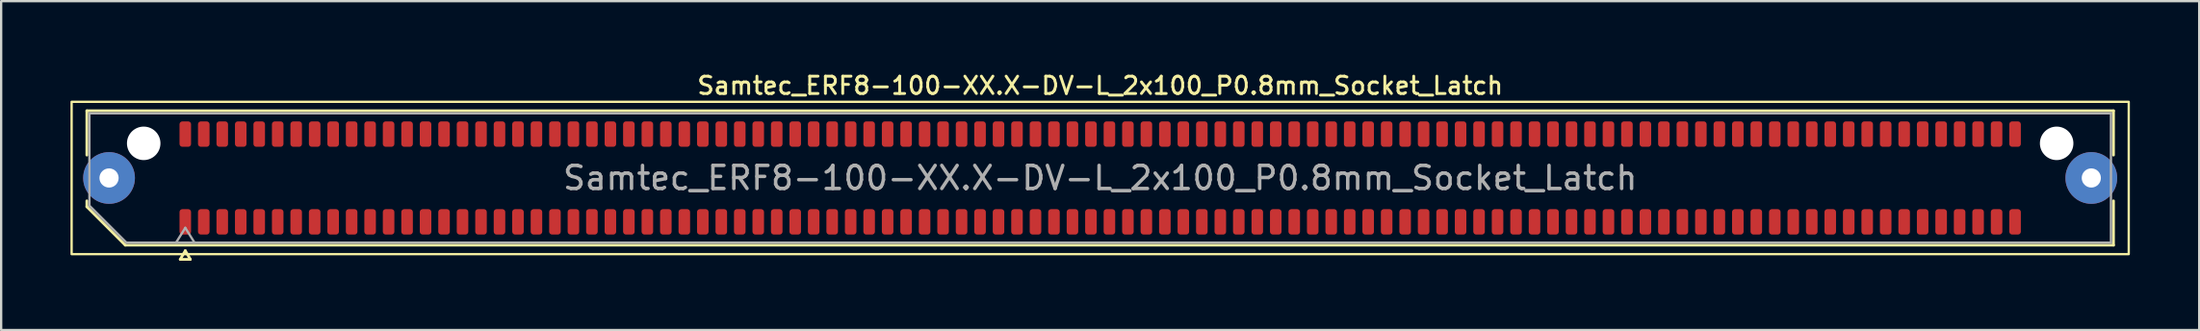
<source format=kicad_pcb>
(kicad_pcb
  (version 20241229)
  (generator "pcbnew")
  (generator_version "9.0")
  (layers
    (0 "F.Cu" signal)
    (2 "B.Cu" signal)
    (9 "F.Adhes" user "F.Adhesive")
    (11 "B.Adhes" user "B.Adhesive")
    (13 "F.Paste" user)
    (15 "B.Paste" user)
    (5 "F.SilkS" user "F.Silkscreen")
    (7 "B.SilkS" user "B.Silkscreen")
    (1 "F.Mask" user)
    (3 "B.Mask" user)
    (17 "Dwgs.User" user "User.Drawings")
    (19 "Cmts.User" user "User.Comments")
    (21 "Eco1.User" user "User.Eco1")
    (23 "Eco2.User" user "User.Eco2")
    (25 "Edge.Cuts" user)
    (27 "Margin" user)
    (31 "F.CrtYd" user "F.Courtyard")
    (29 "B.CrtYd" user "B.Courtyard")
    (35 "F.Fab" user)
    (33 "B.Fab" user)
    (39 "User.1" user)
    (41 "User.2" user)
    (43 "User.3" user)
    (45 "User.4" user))
  (footprint "Samtec_ERF8-100-XX.X-DV-L_2x100_P0.8mm_Socket_Latch"
    (layer "F.Cu")
    (at 44.57 4.658)
    (property "Reference" "Samtec_ERF8-100-XX.X-DV-L_2x100_P0.8mm_Socket_Latch" (at 0 -4 0) (layer "F.SilkS") (effects (font (size 0.75 0.75) (thickness 0.125))))
    (attr smd)
    (fp_line (start -43.86 -2.91) (end 43.86 -2.91) (stroke (width 0.12) (type solid)) (layer "F.SilkS"))
    (fp_line (start -43.86 -0.991) (end -43.86 -2.91) (stroke (width 0.12) (type solid)) (layer "F.SilkS"))
    (fp_line (start -43.86 1.246) (end -43.86 0.991) (stroke (width 0.12) (type solid)) (layer "F.SilkS"))
    (fp_line (start -42.196 2.91) (end -43.86 1.246) (stroke (width 0.12) (type solid)) (layer "F.SilkS"))
    (fp_line (start -39.817 3.525) (end -39.6 3.15) (stroke (width 0.12) (type solid)) (layer "F.SilkS"))
    (fp_line (start -39.6 3.15) (end -39.383 3.525) (stroke (width 0.12) (type solid)) (layer "F.SilkS"))
    (fp_line (start -39.383 3.525) (end -39.817 3.525) (stroke (width 0.12) (type solid)) (layer "F.SilkS"))
    (fp_line (start 43.86 -2.91) (end 43.86 -0.991) (stroke (width 0.12) (type solid)) (layer "F.SilkS"))
    (fp_line (start 43.86 0.991) (end 43.86 2.91) (stroke (width 0.12) (type solid)) (layer "F.SilkS"))
    (fp_line (start 43.86 2.91) (end -42.196 2.91) (stroke (width 0.12) (type solid)) (layer "F.SilkS"))
    (fp_rect (start -44.52 -3.3) (end 44.52 3.3) (stroke (width 0.1) (type solid)) (fill no) (layer "F.SilkS"))
    (fp_line (start -43.75 -2.8) (end 43.75 -2.8) (stroke (width 0.1) (type solid)) (layer "F.Fab"))
    (fp_line (start -43.75 1.2) (end -43.75 -2.8) (stroke (width 0.1) (type solid)) (layer "F.Fab"))
    (fp_line (start -42.15 2.8) (end -43.75 1.2) (stroke (width 0.1) (type solid)) (layer "F.Fab"))
    (fp_line (start -40 2.8) (end -39.6 2.16) (stroke (width 0.1) (type solid)) (layer "F.Fab"))
    (fp_line (start -39.6 2.16) (end -39.2 2.8) (stroke (width 0.1) (type solid)) (layer "F.Fab"))
    (fp_line (start 43.75 -2.8) (end 43.75 2.8) (stroke (width 0.1) (type solid)) (layer "F.Fab"))
    (fp_line (start 43.75 2.8) (end -42.15 2.8) (stroke (width 0.1) (type solid)) (layer "F.Fab"))
    (fp_text user "${REFERENCE}" (at 0 0 0) (layer "F.Fab") (effects (font (size 1 1) (thickness 0.15))))
    (pad "" thru_hole circle (at -42.9 0) (size 2.24 2.24) (drill 0.83) (layers "*.Cu" "*.Mask" "F.Paste"))
    (pad "" np_thru_hole circle (at -41.4 -1.5) (size 1.45 1.45) (drill 1.45) (layers "*.Cu" "*.Mask"))
    (pad "" np_thru_hole circle (at 41.4 -1.5) (size 1.45 1.45) (drill 1.45) (layers "*.Cu" "*.Mask"))
    (pad "" thru_hole circle (at 42.9 0) (size 2.24 2.24) (drill 0.83) (layers "*.Cu" "*.Mask" "F.Paste"))
    (pad "1" smd roundrect (at -39.6 1.9) (size 0.5 1.1) (layers "F.Cu" "F.Mask" "F.Paste") (roundrect_rratio 0.25))
    (pad "2" smd roundrect (at -39.6 -1.9) (size 0.5 1.1) (layers "F.Cu" "F.Mask" "F.Paste") (roundrect_rratio 0.25))
    (pad "3" smd roundrect (at -38.8 1.9) (size 0.5 1.1) (layers "F.Cu" "F.Mask" "F.Paste") (roundrect_rratio 0.25))
    (pad "4" smd roundrect (at -38.8 -1.9) (size 0.5 1.1) (layers "F.Cu" "F.Mask" "F.Paste") (roundrect_rratio 0.25))
    (pad "5" smd roundrect (at -38 1.9) (size 0.5 1.1) (layers "F.Cu" "F.Mask" "F.Paste") (roundrect_rratio 0.25))
    (pad "6" smd roundrect (at -38 -1.9) (size 0.5 1.1) (layers "F.Cu" "F.Mask" "F.Paste") (roundrect_rratio 0.25))
    (pad "7" smd roundrect (at -37.2 1.9) (size 0.5 1.1) (layers "F.Cu" "F.Mask" "F.Paste") (roundrect_rratio 0.25))
    (pad "8" smd roundrect (at -37.2 -1.9) (size 0.5 1.1) (layers "F.Cu" "F.Mask" "F.Paste") (roundrect_rratio 0.25))
    (pad "9" smd roundrect (at -36.4 1.9) (size 0.5 1.1) (layers "F.Cu" "F.Mask" "F.Paste") (roundrect_rratio 0.25))
    (pad "10" smd roundrect (at -36.4 -1.9) (size 0.5 1.1) (layers "F.Cu" "F.Mask" "F.Paste") (roundrect_rratio 0.25))
    (pad "11" smd roundrect (at -35.6 1.9) (size 0.5 1.1) (layers "F.Cu" "F.Mask" "F.Paste") (roundrect_rratio 0.25))
    (pad "12" smd roundrect (at -35.6 -1.9) (size 0.5 1.1) (layers "F.Cu" "F.Mask" "F.Paste") (roundrect_rratio 0.25))
    (pad "13" smd roundrect (at -34.8 1.9) (size 0.5 1.1) (layers "F.Cu" "F.Mask" "F.Paste") (roundrect_rratio 0.25))
    (pad "14" smd roundrect (at -34.8 -1.9) (size 0.5 1.1) (layers "F.Cu" "F.Mask" "F.Paste") (roundrect_rratio 0.25))
    (pad "15" smd roundrect (at -34 1.9) (size 0.5 1.1) (layers "F.Cu" "F.Mask" "F.Paste") (roundrect_rratio 0.25))
    (pad "16" smd roundrect (at -34 -1.9) (size 0.5 1.1) (layers "F.Cu" "F.Mask" "F.Paste") (roundrect_rratio 0.25))
    (pad "17" smd roundrect (at -33.2 1.9) (size 0.5 1.1) (layers "F.Cu" "F.Mask" "F.Paste") (roundrect_rratio 0.25))
    (pad "18" smd roundrect (at -33.2 -1.9) (size 0.5 1.1) (layers "F.Cu" "F.Mask" "F.Paste") (roundrect_rratio 0.25))
    (pad "19" smd roundrect (at -32.4 1.9) (size 0.5 1.1) (layers "F.Cu" "F.Mask" "F.Paste") (roundrect_rratio 0.25))
    (pad "20" smd roundrect (at -32.4 -1.9) (size 0.5 1.1) (layers "F.Cu" "F.Mask" "F.Paste") (roundrect_rratio 0.25))
    (pad "21" smd roundrect (at -31.6 1.9) (size 0.5 1.1) (layers "F.Cu" "F.Mask" "F.Paste") (roundrect_rratio 0.25))
    (pad "22" smd roundrect (at -31.6 -1.9) (size 0.5 1.1) (layers "F.Cu" "F.Mask" "F.Paste") (roundrect_rratio 0.25))
    (pad "23" smd roundrect (at -30.8 1.9) (size 0.5 1.1) (layers "F.Cu" "F.Mask" "F.Paste") (roundrect_rratio 0.25))
    (pad "24" smd roundrect (at -30.8 -1.9) (size 0.5 1.1) (layers "F.Cu" "F.Mask" "F.Paste") (roundrect_rratio 0.25))
    (pad "25" smd roundrect (at -30 1.9) (size 0.5 1.1) (layers "F.Cu" "F.Mask" "F.Paste") (roundrect_rratio 0.25))
    (pad "26" smd roundrect (at -30 -1.9) (size 0.5 1.1) (layers "F.Cu" "F.Mask" "F.Paste") (roundrect_rratio 0.25))
    (pad "27" smd roundrect (at -29.2 1.9) (size 0.5 1.1) (layers "F.Cu" "F.Mask" "F.Paste") (roundrect_rratio 0.25))
    (pad "28" smd roundrect (at -29.2 -1.9) (size 0.5 1.1) (layers "F.Cu" "F.Mask" "F.Paste") (roundrect_rratio 0.25))
    (pad "29" smd roundrect (at -28.4 1.9) (size 0.5 1.1) (layers "F.Cu" "F.Mask" "F.Paste") (roundrect_rratio 0.25))
    (pad "30" smd roundrect (at -28.4 -1.9) (size 0.5 1.1) (layers "F.Cu" "F.Mask" "F.Paste") (roundrect_rratio 0.25))
    (pad "31" smd roundrect (at -27.6 1.9) (size 0.5 1.1) (layers "F.Cu" "F.Mask" "F.Paste") (roundrect_rratio 0.25))
    (pad "32" smd roundrect (at -27.6 -1.9) (size 0.5 1.1) (layers "F.Cu" "F.Mask" "F.Paste") (roundrect_rratio 0.25))
    (pad "33" smd roundrect (at -26.8 1.9) (size 0.5 1.1) (layers "F.Cu" "F.Mask" "F.Paste") (roundrect_rratio 0.25))
    (pad "34" smd roundrect (at -26.8 -1.9) (size 0.5 1.1) (layers "F.Cu" "F.Mask" "F.Paste") (roundrect_rratio 0.25))
    (pad "35" smd roundrect (at -26 1.9) (size 0.5 1.1) (layers "F.Cu" "F.Mask" "F.Paste") (roundrect_rratio 0.25))
    (pad "36" smd roundrect (at -26 -1.9) (size 0.5 1.1) (layers "F.Cu" "F.Mask" "F.Paste") (roundrect_rratio 0.25))
    (pad "37" smd roundrect (at -25.2 1.9) (size 0.5 1.1) (layers "F.Cu" "F.Mask" "F.Paste") (roundrect_rratio 0.25))
    (pad "38" smd roundrect (at -25.2 -1.9) (size 0.5 1.1) (layers "F.Cu" "F.Mask" "F.Paste") (roundrect_rratio 0.25))
    (pad "39" smd roundrect (at -24.4 1.9) (size 0.5 1.1) (layers "F.Cu" "F.Mask" "F.Paste") (roundrect_rratio 0.25))
    (pad "40" smd roundrect (at -24.4 -1.9) (size 0.5 1.1) (layers "F.Cu" "F.Mask" "F.Paste") (roundrect_rratio 0.25))
    (pad "41" smd roundrect (at -23.6 1.9) (size 0.5 1.1) (layers "F.Cu" "F.Mask" "F.Paste") (roundrect_rratio 0.25))
    (pad "42" smd roundrect (at -23.6 -1.9) (size 0.5 1.1) (layers "F.Cu" "F.Mask" "F.Paste") (roundrect_rratio 0.25))
    (pad "43" smd roundrect (at -22.8 1.9) (size 0.5 1.1) (layers "F.Cu" "F.Mask" "F.Paste") (roundrect_rratio 0.25))
    (pad "44" smd roundrect (at -22.8 -1.9) (size 0.5 1.1) (layers "F.Cu" "F.Mask" "F.Paste") (roundrect_rratio 0.25))
    (pad "45" smd roundrect (at -22 1.9) (size 0.5 1.1) (layers "F.Cu" "F.Mask" "F.Paste") (roundrect_rratio 0.25))
    (pad "46" smd roundrect (at -22 -1.9) (size 0.5 1.1) (layers "F.Cu" "F.Mask" "F.Paste") (roundrect_rratio 0.25))
    (pad "47" smd roundrect (at -21.2 1.9) (size 0.5 1.1) (layers "F.Cu" "F.Mask" "F.Paste") (roundrect_rratio 0.25))
    (pad "48" smd roundrect (at -21.2 -1.9) (size 0.5 1.1) (layers "F.Cu" "F.Mask" "F.Paste") (roundrect_rratio 0.25))
    (pad "49" smd roundrect (at -20.4 1.9) (size 0.5 1.1) (layers "F.Cu" "F.Mask" "F.Paste") (roundrect_rratio 0.25))
    (pad "50" smd roundrect (at -20.4 -1.9) (size 0.5 1.1) (layers "F.Cu" "F.Mask" "F.Paste") (roundrect_rratio 0.25))
    (pad "51" smd roundrect (at -19.6 1.9) (size 0.5 1.1) (layers "F.Cu" "F.Mask" "F.Paste") (roundrect_rratio 0.25))
    (pad "52" smd roundrect (at -19.6 -1.9) (size 0.5 1.1) (layers "F.Cu" "F.Mask" "F.Paste") (roundrect_rratio 0.25))
    (pad "53" smd roundrect (at -18.8 1.9) (size 0.5 1.1) (layers "F.Cu" "F.Mask" "F.Paste") (roundrect_rratio 0.25))
    (pad "54" smd roundrect (at -18.8 -1.9) (size 0.5 1.1) (layers "F.Cu" "F.Mask" "F.Paste") (roundrect_rratio 0.25))
    (pad "55" smd roundrect (at -18 1.9) (size 0.5 1.1) (layers "F.Cu" "F.Mask" "F.Paste") (roundrect_rratio 0.25))
    (pad "56" smd roundrect (at -18 -1.9) (size 0.5 1.1) (layers "F.Cu" "F.Mask" "F.Paste") (roundrect_rratio 0.25))
    (pad "57" smd roundrect (at -17.2 1.9) (size 0.5 1.1) (layers "F.Cu" "F.Mask" "F.Paste") (roundrect_rratio 0.25))
    (pad "58" smd roundrect (at -17.2 -1.9) (size 0.5 1.1) (layers "F.Cu" "F.Mask" "F.Paste") (roundrect_rratio 0.25))
    (pad "59" smd roundrect (at -16.4 1.9) (size 0.5 1.1) (layers "F.Cu" "F.Mask" "F.Paste") (roundrect_rratio 0.25))
    (pad "60" smd roundrect (at -16.4 -1.9) (size 0.5 1.1) (layers "F.Cu" "F.Mask" "F.Paste") (roundrect_rratio 0.25))
    (pad "61" smd roundrect (at -15.6 1.9) (size 0.5 1.1) (layers "F.Cu" "F.Mask" "F.Paste") (roundrect_rratio 0.25))
    (pad "62" smd roundrect (at -15.6 -1.9) (size 0.5 1.1) (layers "F.Cu" "F.Mask" "F.Paste") (roundrect_rratio 0.25))
    (pad "63" smd roundrect (at -14.8 1.9) (size 0.5 1.1) (layers "F.Cu" "F.Mask" "F.Paste") (roundrect_rratio 0.25))
    (pad "64" smd roundrect (at -14.8 -1.9) (size 0.5 1.1) (layers "F.Cu" "F.Mask" "F.Paste") (roundrect_rratio 0.25))
    (pad "65" smd roundrect (at -14 1.9) (size 0.5 1.1) (layers "F.Cu" "F.Mask" "F.Paste") (roundrect_rratio 0.25))
    (pad "66" smd roundrect (at -14 -1.9) (size 0.5 1.1) (layers "F.Cu" "F.Mask" "F.Paste") (roundrect_rratio 0.25))
    (pad "67" smd roundrect (at -13.2 1.9) (size 0.5 1.1) (layers "F.Cu" "F.Mask" "F.Paste") (roundrect_rratio 0.25))
    (pad "68" smd roundrect (at -13.2 -1.9) (size 0.5 1.1) (layers "F.Cu" "F.Mask" "F.Paste") (roundrect_rratio 0.25))
    (pad "69" smd roundrect (at -12.4 1.9) (size 0.5 1.1) (layers "F.Cu" "F.Mask" "F.Paste") (roundrect_rratio 0.25))
    (pad "70" smd roundrect (at -12.4 -1.9) (size 0.5 1.1) (layers "F.Cu" "F.Mask" "F.Paste") (roundrect_rratio 0.25))
    (pad "71" smd roundrect (at -11.6 1.9) (size 0.5 1.1) (layers "F.Cu" "F.Mask" "F.Paste") (roundrect_rratio 0.25))
    (pad "72" smd roundrect (at -11.6 -1.9) (size 0.5 1.1) (layers "F.Cu" "F.Mask" "F.Paste") (roundrect_rratio 0.25))
    (pad "73" smd roundrect (at -10.8 1.9) (size 0.5 1.1) (layers "F.Cu" "F.Mask" "F.Paste") (roundrect_rratio 0.25))
    (pad "74" smd roundrect (at -10.8 -1.9) (size 0.5 1.1) (layers "F.Cu" "F.Mask" "F.Paste") (roundrect_rratio 0.25))
    (pad "75" smd roundrect (at -10 1.9) (size 0.5 1.1) (layers "F.Cu" "F.Mask" "F.Paste") (roundrect_rratio 0.25))
    (pad "76" smd roundrect (at -10 -1.9) (size 0.5 1.1) (layers "F.Cu" "F.Mask" "F.Paste") (roundrect_rratio 0.25))
    (pad "77" smd roundrect (at -9.2 1.9) (size 0.5 1.1) (layers "F.Cu" "F.Mask" "F.Paste") (roundrect_rratio 0.25))
    (pad "78" smd roundrect (at -9.2 -1.9) (size 0.5 1.1) (layers "F.Cu" "F.Mask" "F.Paste") (roundrect_rratio 0.25))
    (pad "79" smd roundrect (at -8.4 1.9) (size 0.5 1.1) (layers "F.Cu" "F.Mask" "F.Paste") (roundrect_rratio 0.25))
    (pad "80" smd roundrect (at -8.4 -1.9) (size 0.5 1.1) (layers "F.Cu" "F.Mask" "F.Paste") (roundrect_rratio 0.25))
    (pad "81" smd roundrect (at -7.6 1.9) (size 0.5 1.1) (layers "F.Cu" "F.Mask" "F.Paste") (roundrect_rratio 0.25))
    (pad "82" smd roundrect (at -7.6 -1.9) (size 0.5 1.1) (layers "F.Cu" "F.Mask" "F.Paste") (roundrect_rratio 0.25))
    (pad "83" smd roundrect (at -6.8 1.9) (size 0.5 1.1) (layers "F.Cu" "F.Mask" "F.Paste") (roundrect_rratio 0.25))
    (pad "84" smd roundrect (at -6.8 -1.9) (size 0.5 1.1) (layers "F.Cu" "F.Mask" "F.Paste") (roundrect_rratio 0.25))
    (pad "85" smd roundrect (at -6 1.9) (size 0.5 1.1) (layers "F.Cu" "F.Mask" "F.Paste") (roundrect_rratio 0.25))
    (pad "86" smd roundrect (at -6 -1.9) (size 0.5 1.1) (layers "F.Cu" "F.Mask" "F.Paste") (roundrect_rratio 0.25))
    (pad "87" smd roundrect (at -5.2 1.9) (size 0.5 1.1) (layers "F.Cu" "F.Mask" "F.Paste") (roundrect_rratio 0.25))
    (pad "88" smd roundrect (at -5.2 -1.9) (size 0.5 1.1) (layers "F.Cu" "F.Mask" "F.Paste") (roundrect_rratio 0.25))
    (pad "89" smd roundrect (at -4.4 1.9) (size 0.5 1.1) (layers "F.Cu" "F.Mask" "F.Paste") (roundrect_rratio 0.25))
    (pad "90" smd roundrect (at -4.4 -1.9) (size 0.5 1.1) (layers "F.Cu" "F.Mask" "F.Paste") (roundrect_rratio 0.25))
    (pad "91" smd roundrect (at -3.6 1.9) (size 0.5 1.1) (layers "F.Cu" "F.Mask" "F.Paste") (roundrect_rratio 0.25))
    (pad "92" smd roundrect (at -3.6 -1.9) (size 0.5 1.1) (layers "F.Cu" "F.Mask" "F.Paste") (roundrect_rratio 0.25))
    (pad "93" smd roundrect (at -2.8 1.9) (size 0.5 1.1) (layers "F.Cu" "F.Mask" "F.Paste") (roundrect_rratio 0.25))
    (pad "94" smd roundrect (at -2.8 -1.9) (size 0.5 1.1) (layers "F.Cu" "F.Mask" "F.Paste") (roundrect_rratio 0.25))
    (pad "95" smd roundrect (at -2 1.9) (size 0.5 1.1) (layers "F.Cu" "F.Mask" "F.Paste") (roundrect_rratio 0.25))
    (pad "96" smd roundrect (at -2 -1.9) (size 0.5 1.1) (layers "F.Cu" "F.Mask" "F.Paste") (roundrect_rratio 0.25))
    (pad "97" smd roundrect (at -1.2 1.9) (size 0.5 1.1) (layers "F.Cu" "F.Mask" "F.Paste") (roundrect_rratio 0.25))
    (pad "98" smd roundrect (at -1.2 -1.9) (size 0.5 1.1) (layers "F.Cu" "F.Mask" "F.Paste") (roundrect_rratio 0.25))
    (pad "99" smd roundrect (at -0.4 1.9) (size 0.5 1.1) (layers "F.Cu" "F.Mask" "F.Paste") (roundrect_rratio 0.25))
    (pad "100" smd roundrect (at -0.4 -1.9) (size 0.5 1.1) (layers "F.Cu" "F.Mask" "F.Paste") (roundrect_rratio 0.25))
    (pad "101" smd roundrect (at 0.4 1.9) (size 0.5 1.1) (layers "F.Cu" "F.Mask" "F.Paste") (roundrect_rratio 0.25))
    (pad "102" smd roundrect (at 0.4 -1.9) (size 0.5 1.1) (layers "F.Cu" "F.Mask" "F.Paste") (roundrect_rratio 0.25))
    (pad "103" smd roundrect (at 1.2 1.9) (size 0.5 1.1) (layers "F.Cu" "F.Mask" "F.Paste") (roundrect_rratio 0.25))
    (pad "104" smd roundrect (at 1.2 -1.9) (size 0.5 1.1) (layers "F.Cu" "F.Mask" "F.Paste") (roundrect_rratio 0.25))
    (pad "105" smd roundrect (at 2 1.9) (size 0.5 1.1) (layers "F.Cu" "F.Mask" "F.Paste") (roundrect_rratio 0.25))
    (pad "106" smd roundrect (at 2 -1.9) (size 0.5 1.1) (layers "F.Cu" "F.Mask" "F.Paste") (roundrect_rratio 0.25))
    (pad "107" smd roundrect (at 2.8 1.9) (size 0.5 1.1) (layers "F.Cu" "F.Mask" "F.Paste") (roundrect_rratio 0.25))
    (pad "108" smd roundrect (at 2.8 -1.9) (size 0.5 1.1) (layers "F.Cu" "F.Mask" "F.Paste") (roundrect_rratio 0.25))
    (pad "109" smd roundrect (at 3.6 1.9) (size 0.5 1.1) (layers "F.Cu" "F.Mask" "F.Paste") (roundrect_rratio 0.25))
    (pad "110" smd roundrect (at 3.6 -1.9) (size 0.5 1.1) (layers "F.Cu" "F.Mask" "F.Paste") (roundrect_rratio 0.25))
    (pad "111" smd roundrect (at 4.4 1.9) (size 0.5 1.1) (layers "F.Cu" "F.Mask" "F.Paste") (roundrect_rratio 0.25))
    (pad "112" smd roundrect (at 4.4 -1.9) (size 0.5 1.1) (layers "F.Cu" "F.Mask" "F.Paste") (roundrect_rratio 0.25))
    (pad "113" smd roundrect (at 5.2 1.9) (size 0.5 1.1) (layers "F.Cu" "F.Mask" "F.Paste") (roundrect_rratio 0.25))
    (pad "114" smd roundrect (at 5.2 -1.9) (size 0.5 1.1) (layers "F.Cu" "F.Mask" "F.Paste") (roundrect_rratio 0.25))
    (pad "115" smd roundrect (at 6 1.9) (size 0.5 1.1) (layers "F.Cu" "F.Mask" "F.Paste") (roundrect_rratio 0.25))
    (pad "116" smd roundrect (at 6 -1.9) (size 0.5 1.1) (layers "F.Cu" "F.Mask" "F.Paste") (roundrect_rratio 0.25))
    (pad "117" smd roundrect (at 6.8 1.9) (size 0.5 1.1) (layers "F.Cu" "F.Mask" "F.Paste") (roundrect_rratio 0.25))
    (pad "118" smd roundrect (at 6.8 -1.9) (size 0.5 1.1) (layers "F.Cu" "F.Mask" "F.Paste") (roundrect_rratio 0.25))
    (pad "119" smd roundrect (at 7.6 1.9) (size 0.5 1.1) (layers "F.Cu" "F.Mask" "F.Paste") (roundrect_rratio 0.25))
    (pad "120" smd roundrect (at 7.6 -1.9) (size 0.5 1.1) (layers "F.Cu" "F.Mask" "F.Paste") (roundrect_rratio 0.25))
    (pad "121" smd roundrect (at 8.4 1.9) (size 0.5 1.1) (layers "F.Cu" "F.Mask" "F.Paste") (roundrect_rratio 0.25))
    (pad "122" smd roundrect (at 8.4 -1.9) (size 0.5 1.1) (layers "F.Cu" "F.Mask" "F.Paste") (roundrect_rratio 0.25))
    (pad "123" smd roundrect (at 9.2 1.9) (size 0.5 1.1) (layers "F.Cu" "F.Mask" "F.Paste") (roundrect_rratio 0.25))
    (pad "124" smd roundrect (at 9.2 -1.9) (size 0.5 1.1) (layers "F.Cu" "F.Mask" "F.Paste") (roundrect_rratio 0.25))
    (pad "125" smd roundrect (at 10 1.9) (size 0.5 1.1) (layers "F.Cu" "F.Mask" "F.Paste") (roundrect_rratio 0.25))
    (pad "126" smd roundrect (at 10 -1.9) (size 0.5 1.1) (layers "F.Cu" "F.Mask" "F.Paste") (roundrect_rratio 0.25))
    (pad "127" smd roundrect (at 10.8 1.9) (size 0.5 1.1) (layers "F.Cu" "F.Mask" "F.Paste") (roundrect_rratio 0.25))
    (pad "128" smd roundrect (at 10.8 -1.9) (size 0.5 1.1) (layers "F.Cu" "F.Mask" "F.Paste") (roundrect_rratio 0.25))
    (pad "129" smd roundrect (at 11.6 1.9) (size 0.5 1.1) (layers "F.Cu" "F.Mask" "F.Paste") (roundrect_rratio 0.25))
    (pad "130" smd roundrect (at 11.6 -1.9) (size 0.5 1.1) (layers "F.Cu" "F.Mask" "F.Paste") (roundrect_rratio 0.25))
    (pad "131" smd roundrect (at 12.4 1.9) (size 0.5 1.1) (layers "F.Cu" "F.Mask" "F.Paste") (roundrect_rratio 0.25))
    (pad "132" smd roundrect (at 12.4 -1.9) (size 0.5 1.1) (layers "F.Cu" "F.Mask" "F.Paste") (roundrect_rratio 0.25))
    (pad "133" smd roundrect (at 13.2 1.9) (size 0.5 1.1) (layers "F.Cu" "F.Mask" "F.Paste") (roundrect_rratio 0.25))
    (pad "134" smd roundrect (at 13.2 -1.9) (size 0.5 1.1) (layers "F.Cu" "F.Mask" "F.Paste") (roundrect_rratio 0.25))
    (pad "135" smd roundrect (at 14 1.9) (size 0.5 1.1) (layers "F.Cu" "F.Mask" "F.Paste") (roundrect_rratio 0.25))
    (pad "136" smd roundrect (at 14 -1.9) (size 0.5 1.1) (layers "F.Cu" "F.Mask" "F.Paste") (roundrect_rratio 0.25))
    (pad "137" smd roundrect (at 14.8 1.9) (size 0.5 1.1) (layers "F.Cu" "F.Mask" "F.Paste") (roundrect_rratio 0.25))
    (pad "138" smd roundrect (at 14.8 -1.9) (size 0.5 1.1) (layers "F.Cu" "F.Mask" "F.Paste") (roundrect_rratio 0.25))
    (pad "139" smd roundrect (at 15.6 1.9) (size 0.5 1.1) (layers "F.Cu" "F.Mask" "F.Paste") (roundrect_rratio 0.25))
    (pad "140" smd roundrect (at 15.6 -1.9) (size 0.5 1.1) (layers "F.Cu" "F.Mask" "F.Paste") (roundrect_rratio 0.25))
    (pad "141" smd roundrect (at 16.4 1.9) (size 0.5 1.1) (layers "F.Cu" "F.Mask" "F.Paste") (roundrect_rratio 0.25))
    (pad "142" smd roundrect (at 16.4 -1.9) (size 0.5 1.1) (layers "F.Cu" "F.Mask" "F.Paste") (roundrect_rratio 0.25))
    (pad "143" smd roundrect (at 17.2 1.9) (size 0.5 1.1) (layers "F.Cu" "F.Mask" "F.Paste") (roundrect_rratio 0.25))
    (pad "144" smd roundrect (at 17.2 -1.9) (size 0.5 1.1) (layers "F.Cu" "F.Mask" "F.Paste") (roundrect_rratio 0.25))
    (pad "145" smd roundrect (at 18 1.9) (size 0.5 1.1) (layers "F.Cu" "F.Mask" "F.Paste") (roundrect_rratio 0.25))
    (pad "146" smd roundrect (at 18 -1.9) (size 0.5 1.1) (layers "F.Cu" "F.Mask" "F.Paste") (roundrect_rratio 0.25))
    (pad "147" smd roundrect (at 18.8 1.9) (size 0.5 1.1) (layers "F.Cu" "F.Mask" "F.Paste") (roundrect_rratio 0.25))
    (pad "148" smd roundrect (at 18.8 -1.9) (size 0.5 1.1) (layers "F.Cu" "F.Mask" "F.Paste") (roundrect_rratio 0.25))
    (pad "149" smd roundrect (at 19.6 1.9) (size 0.5 1.1) (layers "F.Cu" "F.Mask" "F.Paste") (roundrect_rratio 0.25))
    (pad "150" smd roundrect (at 19.6 -1.9) (size 0.5 1.1) (layers "F.Cu" "F.Mask" "F.Paste") (roundrect_rratio 0.25))
    (pad "151" smd roundrect (at 20.4 1.9) (size 0.5 1.1) (layers "F.Cu" "F.Mask" "F.Paste") (roundrect_rratio 0.25))
    (pad "152" smd roundrect (at 20.4 -1.9) (size 0.5 1.1) (layers "F.Cu" "F.Mask" "F.Paste") (roundrect_rratio 0.25))
    (pad "153" smd roundrect (at 21.2 1.9) (size 0.5 1.1) (layers "F.Cu" "F.Mask" "F.Paste") (roundrect_rratio 0.25))
    (pad "154" smd roundrect (at 21.2 -1.9) (size 0.5 1.1) (layers "F.Cu" "F.Mask" "F.Paste") (roundrect_rratio 0.25))
    (pad "155" smd roundrect (at 22 1.9) (size 0.5 1.1) (layers "F.Cu" "F.Mask" "F.Paste") (roundrect_rratio 0.25))
    (pad "156" smd roundrect (at 22 -1.9) (size 0.5 1.1) (layers "F.Cu" "F.Mask" "F.Paste") (roundrect_rratio 0.25))
    (pad "157" smd roundrect (at 22.8 1.9) (size 0.5 1.1) (layers "F.Cu" "F.Mask" "F.Paste") (roundrect_rratio 0.25))
    (pad "158" smd roundrect (at 22.8 -1.9) (size 0.5 1.1) (layers "F.Cu" "F.Mask" "F.Paste") (roundrect_rratio 0.25))
    (pad "159" smd roundrect (at 23.6 1.9) (size 0.5 1.1) (layers "F.Cu" "F.Mask" "F.Paste") (roundrect_rratio 0.25))
    (pad "160" smd roundrect (at 23.6 -1.9) (size 0.5 1.1) (layers "F.Cu" "F.Mask" "F.Paste") (roundrect_rratio 0.25))
    (pad "161" smd roundrect (at 24.4 1.9) (size 0.5 1.1) (layers "F.Cu" "F.Mask" "F.Paste") (roundrect_rratio 0.25))
    (pad "162" smd roundrect (at 24.4 -1.9) (size 0.5 1.1) (layers "F.Cu" "F.Mask" "F.Paste") (roundrect_rratio 0.25))
    (pad "163" smd roundrect (at 25.2 1.9) (size 0.5 1.1) (layers "F.Cu" "F.Mask" "F.Paste") (roundrect_rratio 0.25))
    (pad "164" smd roundrect (at 25.2 -1.9) (size 0.5 1.1) (layers "F.Cu" "F.Mask" "F.Paste") (roundrect_rratio 0.25))
    (pad "165" smd roundrect (at 26 1.9) (size 0.5 1.1) (layers "F.Cu" "F.Mask" "F.Paste") (roundrect_rratio 0.25))
    (pad "166" smd roundrect (at 26 -1.9) (size 0.5 1.1) (layers "F.Cu" "F.Mask" "F.Paste") (roundrect_rratio 0.25))
    (pad "167" smd roundrect (at 26.8 1.9) (size 0.5 1.1) (layers "F.Cu" "F.Mask" "F.Paste") (roundrect_rratio 0.25))
    (pad "168" smd roundrect (at 26.8 -1.9) (size 0.5 1.1) (layers "F.Cu" "F.Mask" "F.Paste") (roundrect_rratio 0.25))
    (pad "169" smd roundrect (at 27.6 1.9) (size 0.5 1.1) (layers "F.Cu" "F.Mask" "F.Paste") (roundrect_rratio 0.25))
    (pad "170" smd roundrect (at 27.6 -1.9) (size 0.5 1.1) (layers "F.Cu" "F.Mask" "F.Paste") (roundrect_rratio 0.25))
    (pad "171" smd roundrect (at 28.4 1.9) (size 0.5 1.1) (layers "F.Cu" "F.Mask" "F.Paste") (roundrect_rratio 0.25))
    (pad "172" smd roundrect (at 28.4 -1.9) (size 0.5 1.1) (layers "F.Cu" "F.Mask" "F.Paste") (roundrect_rratio 0.25))
    (pad "173" smd roundrect (at 29.2 1.9) (size 0.5 1.1) (layers "F.Cu" "F.Mask" "F.Paste") (roundrect_rratio 0.25))
    (pad "174" smd roundrect (at 29.2 -1.9) (size 0.5 1.1) (layers "F.Cu" "F.Mask" "F.Paste") (roundrect_rratio 0.25))
    (pad "175" smd roundrect (at 30 1.9) (size 0.5 1.1) (layers "F.Cu" "F.Mask" "F.Paste") (roundrect_rratio 0.25))
    (pad "176" smd roundrect (at 30 -1.9) (size 0.5 1.1) (layers "F.Cu" "F.Mask" "F.Paste") (roundrect_rratio 0.25))
    (pad "177" smd roundrect (at 30.8 1.9) (size 0.5 1.1) (layers "F.Cu" "F.Mask" "F.Paste") (roundrect_rratio 0.25))
    (pad "178" smd roundrect (at 30.8 -1.9) (size 0.5 1.1) (layers "F.Cu" "F.Mask" "F.Paste") (roundrect_rratio 0.25))
    (pad "179" smd roundrect (at 31.6 1.9) (size 0.5 1.1) (layers "F.Cu" "F.Mask" "F.Paste") (roundrect_rratio 0.25))
    (pad "180" smd roundrect (at 31.6 -1.9) (size 0.5 1.1) (layers "F.Cu" "F.Mask" "F.Paste") (roundrect_rratio 0.25))
    (pad "181" smd roundrect (at 32.4 1.9) (size 0.5 1.1) (layers "F.Cu" "F.Mask" "F.Paste") (roundrect_rratio 0.25))
    (pad "182" smd roundrect (at 32.4 -1.9) (size 0.5 1.1) (layers "F.Cu" "F.Mask" "F.Paste") (roundrect_rratio 0.25))
    (pad "183" smd roundrect (at 33.2 1.9) (size 0.5 1.1) (layers "F.Cu" "F.Mask" "F.Paste") (roundrect_rratio 0.25))
    (pad "184" smd roundrect (at 33.2 -1.9) (size 0.5 1.1) (layers "F.Cu" "F.Mask" "F.Paste") (roundrect_rratio 0.25))
    (pad "185" smd roundrect (at 34 1.9) (size 0.5 1.1) (layers "F.Cu" "F.Mask" "F.Paste") (roundrect_rratio 0.25))
    (pad "186" smd roundrect (at 34 -1.9) (size 0.5 1.1) (layers "F.Cu" "F.Mask" "F.Paste") (roundrect_rratio 0.25))
    (pad "187" smd roundrect (at 34.8 1.9) (size 0.5 1.1) (layers "F.Cu" "F.Mask" "F.Paste") (roundrect_rratio 0.25))
    (pad "188" smd roundrect (at 34.8 -1.9) (size 0.5 1.1) (layers "F.Cu" "F.Mask" "F.Paste") (roundrect_rratio 0.25))
    (pad "189" smd roundrect (at 35.6 1.9) (size 0.5 1.1) (layers "F.Cu" "F.Mask" "F.Paste") (roundrect_rratio 0.25))
    (pad "190" smd roundrect (at 35.6 -1.9) (size 0.5 1.1) (layers "F.Cu" "F.Mask" "F.Paste") (roundrect_rratio 0.25))
    (pad "191" smd roundrect (at 36.4 1.9) (size 0.5 1.1) (layers "F.Cu" "F.Mask" "F.Paste") (roundrect_rratio 0.25))
    (pad "192" smd roundrect (at 36.4 -1.9) (size 0.5 1.1) (layers "F.Cu" "F.Mask" "F.Paste") (roundrect_rratio 0.25))
    (pad "193" smd roundrect (at 37.2 1.9) (size 0.5 1.1) (layers "F.Cu" "F.Mask" "F.Paste") (roundrect_rratio 0.25))
    (pad "194" smd roundrect (at 37.2 -1.9) (size 0.5 1.1) (layers "F.Cu" "F.Mask" "F.Paste") (roundrect_rratio 0.25))
    (pad "195" smd roundrect (at 38 1.9) (size 0.5 1.1) (layers "F.Cu" "F.Mask" "F.Paste") (roundrect_rratio 0.25))
    (pad "196" smd roundrect (at 38 -1.9) (size 0.5 1.1) (layers "F.Cu" "F.Mask" "F.Paste") (roundrect_rratio 0.25))
    (pad "197" smd roundrect (at 38.8 1.9) (size 0.5 1.1) (layers "F.Cu" "F.Mask" "F.Paste") (roundrect_rratio 0.25))
    (pad "198" smd roundrect (at 38.8 -1.9) (size 0.5 1.1) (layers "F.Cu" "F.Mask" "F.Paste") (roundrect_rratio 0.25))
    (pad "199" smd roundrect (at 39.6 1.9) (size 0.5 1.1) (layers "F.Cu" "F.Mask" "F.Paste") (roundrect_rratio 0.25))
    (pad "200" smd roundrect (at 39.6 -1.9) (size 0.5 1.1) (layers "F.Cu" "F.Mask" "F.Paste") (roundrect_rratio 0.25)))
  (gr_rect
    (start -3 -3)
    (end 92.14 11.243)
    (stroke (width 0.1) (type default))
    (fill no)
    (layer "Edge.Cuts")))
</source>
